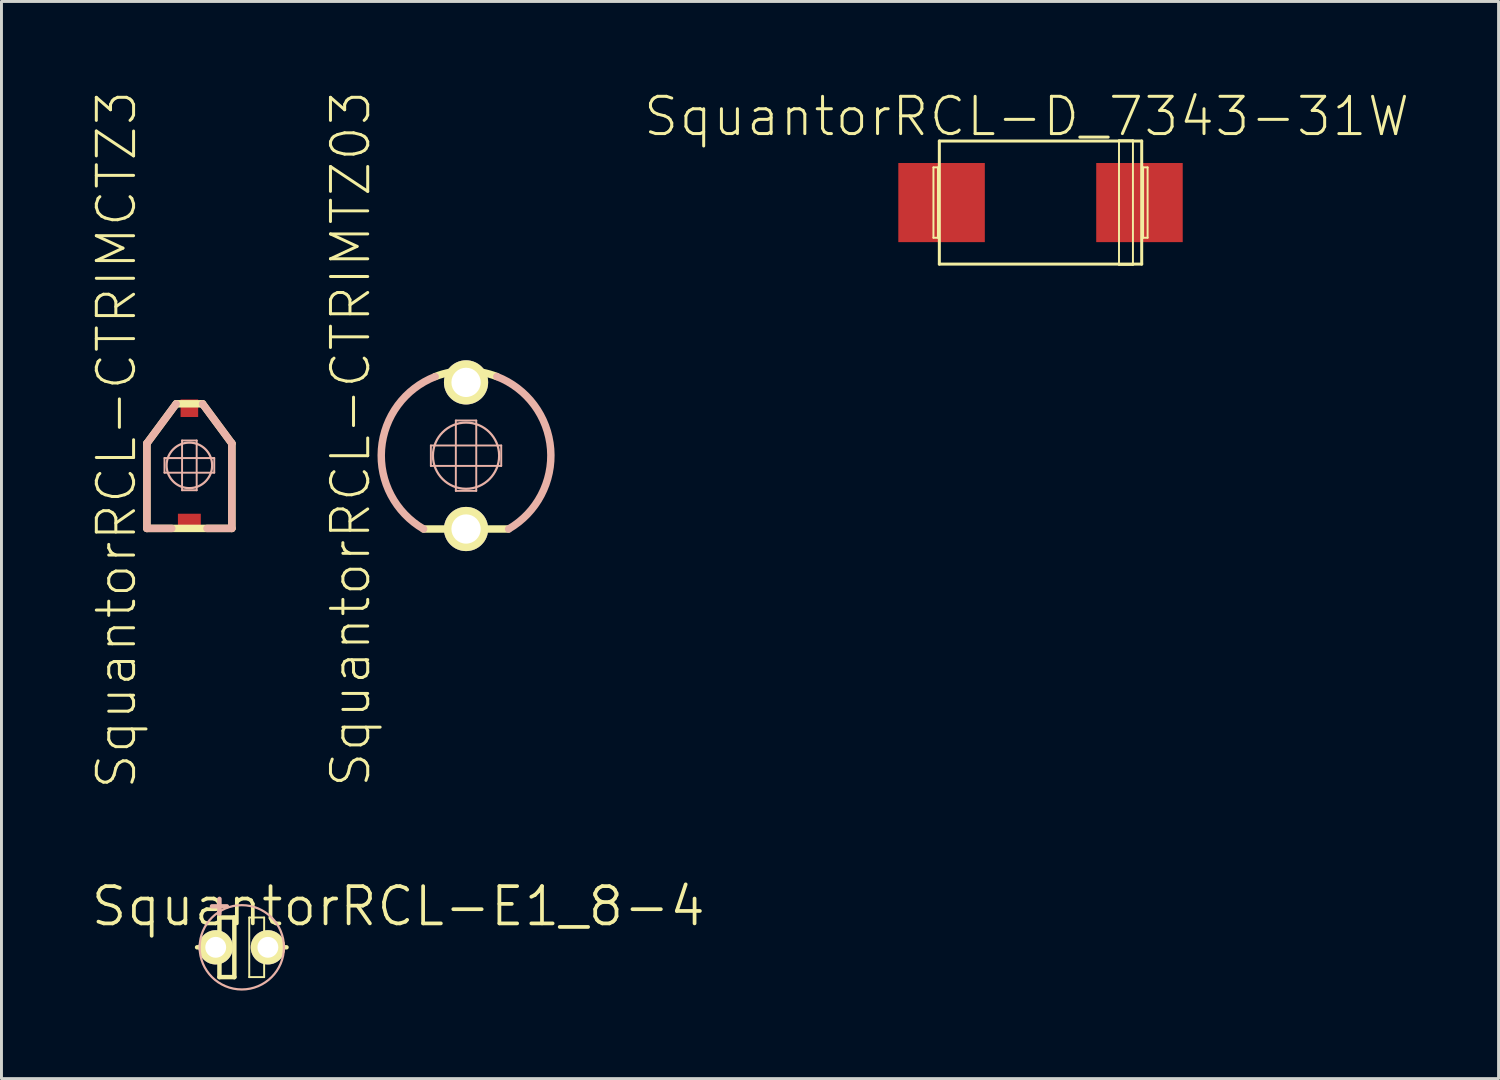
<source format=kicad_pcb>
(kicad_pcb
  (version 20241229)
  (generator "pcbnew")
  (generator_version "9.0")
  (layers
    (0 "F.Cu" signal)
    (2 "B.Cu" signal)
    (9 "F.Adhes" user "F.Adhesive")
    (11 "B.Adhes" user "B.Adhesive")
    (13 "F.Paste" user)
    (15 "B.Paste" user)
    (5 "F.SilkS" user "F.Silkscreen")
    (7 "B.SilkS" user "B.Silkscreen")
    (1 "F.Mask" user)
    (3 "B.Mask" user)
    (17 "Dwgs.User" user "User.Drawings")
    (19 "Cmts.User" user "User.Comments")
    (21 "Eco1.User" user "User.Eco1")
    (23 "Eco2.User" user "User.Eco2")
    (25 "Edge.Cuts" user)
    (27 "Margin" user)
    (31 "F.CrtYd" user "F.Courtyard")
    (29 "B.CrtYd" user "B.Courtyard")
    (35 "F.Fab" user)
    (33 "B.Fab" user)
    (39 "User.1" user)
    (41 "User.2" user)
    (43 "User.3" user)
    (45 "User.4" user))
  (footprint "SquantorRCL-D_7343-31W"
    (layer "F.Cu")
    (at 32.418 3.855)
    (property "Reference" "SquantorRCL-D_7343-31W" (at -0.475 -2.934 0) (layer "F.SilkS") (effects (font (size 1.27 1.27) (thickness 0.102))))
    (attr smd)
    (fp_line (start -3.65 -1.199) (end -3.498 -1.199) (stroke (width 0.066) (type solid)) (layer "F.SilkS"))
    (fp_line (start -3.65 1.199) (end -3.65 -1.199) (stroke (width 0.066) (type solid)) (layer "F.SilkS"))
    (fp_line (start -3.65 1.199) (end -3.498 1.199) (stroke (width 0.066) (type solid)) (layer "F.SilkS"))
    (fp_line (start -3.498 1.199) (end -3.498 -1.199) (stroke (width 0.066) (type solid)) (layer "F.SilkS"))
    (fp_line (start -3.449 -2.098) (end 3.449 -2.098) (stroke (width 0.102) (type solid)) (layer "F.SilkS"))
    (fp_line (start -3.449 2.098) (end -3.449 -2.098) (stroke (width 0.102) (type solid)) (layer "F.SilkS"))
    (fp_line (start 2.675 -2.123) (end 3.15 -2.123) (stroke (width 0.066) (type solid)) (layer "F.SilkS"))
    (fp_line (start 2.675 2.123) (end 2.675 -2.123) (stroke (width 0.066) (type solid)) (layer "F.SilkS"))
    (fp_line (start 2.675 2.123) (end 3.15 2.123) (stroke (width 0.066) (type solid)) (layer "F.SilkS"))
    (fp_line (start 3.15 2.123) (end 3.15 -2.123) (stroke (width 0.066) (type solid)) (layer "F.SilkS"))
    (fp_line (start 3.449 -2.098) (end 3.449 2.098) (stroke (width 0.102) (type solid)) (layer "F.SilkS"))
    (fp_line (start 3.449 2.098) (end -3.449 2.098) (stroke (width 0.102) (type solid)) (layer "F.SilkS"))
    (fp_line (start 3.498 -1.199) (end 3.65 -1.199) (stroke (width 0.066) (type solid)) (layer "F.SilkS"))
    (fp_line (start 3.498 1.199) (end 3.498 -1.199) (stroke (width 0.066) (type solid)) (layer "F.SilkS"))
    (fp_line (start 3.498 1.199) (end 3.65 1.199) (stroke (width 0.066) (type solid)) (layer "F.SilkS"))
    (fp_line (start 3.65 1.199) (end 3.65 -1.199) (stroke (width 0.066) (type solid)) (layer "F.SilkS"))
    (pad "+" smd rect (at 3.373 0) (size 2.949 2.697) (layers "F.Cu" "F.Mask" "F.Paste"))
    (pad "-" smd rect (at -3.373 0) (size 2.949 2.697) (layers "F.Cu" "F.Mask" "F.Paste")))
  (footprint "SquantorRCL-CTRIMCTZ3"
    (layer "F.Cu")
    (at 3.405 12.813)
    (property "Reference" "SquantorRCL-CTRIMCTZ3" (at -2.484 -0.874 90) (layer "F.SilkS") (effects (font (size 1.27 1.27) (thickness 0.102))))
    (attr smd)
    (fp_line (start -1.448 -0.749) (end -0.45 -2.098) (stroke (width 0.254) (type solid)) (layer "F.SilkS"))
    (fp_line (start -1.448 2.149) (end -1.448 -0.749) (stroke (width 0.254) (type solid)) (layer "F.SilkS"))
    (fp_line (start -0.45 -2.098) (end 0.45 -2.098) (stroke (width 0.254) (type solid)) (layer "F.SilkS"))
    (fp_line (start 0.45 -2.098) (end 1.448 -0.749) (stroke (width 0.254) (type solid)) (layer "F.SilkS"))
    (fp_line (start 1.448 -0.749) (end 1.448 2.149) (stroke (width 0.254) (type solid)) (layer "F.SilkS"))
    (fp_line (start 1.448 2.149) (end -1.448 2.149) (stroke (width 0.254) (type solid)) (layer "F.SilkS"))
    (fp_line (start -1.448 -0.749) (end -0.45 -2.098) (stroke (width 0.254) (type solid)) (layer "B.SilkS"))
    (fp_line (start -1.448 2.149) (end -1.448 -0.749) (stroke (width 0.254) (type solid)) (layer "B.SilkS"))
    (fp_line (start -0.848 -0.249) (end 0.848 -0.249) (stroke (width 0.066) (type solid)) (layer "B.SilkS"))
    (fp_line (start -0.848 0.249) (end -0.848 -0.249) (stroke (width 0.066) (type solid)) (layer "B.SilkS"))
    (fp_line (start -0.848 0.249) (end 0.848 0.249) (stroke (width 0.066) (type solid)) (layer "B.SilkS"))
    (fp_line (start -0.599 2.149) (end -1.448 2.149) (stroke (width 0.254) (type solid)) (layer "B.SilkS"))
    (fp_line (start -0.249 -0.848) (end 0.249 -0.848) (stroke (width 0.066) (type solid)) (layer "B.SilkS"))
    (fp_line (start -0.249 0.848) (end -0.249 -0.848) (stroke (width 0.066) (type solid)) (layer "B.SilkS"))
    (fp_line (start -0.249 0.848) (end 0.249 0.848) (stroke (width 0.066) (type solid)) (layer "B.SilkS"))
    (fp_line (start 0.249 0.848) (end 0.249 -0.848) (stroke (width 0.066) (type solid)) (layer "B.SilkS"))
    (fp_line (start 0.599 2.149) (end 1.448 2.149) (stroke (width 0.254) (type solid)) (layer "B.SilkS"))
    (fp_line (start 0.848 0.249) (end 0.848 -0.249) (stroke (width 0.066) (type solid)) (layer "B.SilkS"))
    (fp_line (start 1.448 -0.749) (end 0.45 -2.098) (stroke (width 0.254) (type solid)) (layer "B.SilkS"))
    (fp_line (start 1.448 2.149) (end 1.448 -0.749) (stroke (width 0.254) (type solid)) (layer "B.SilkS"))
    (fp_circle (center 0 0) (end -0.549 0.549) (stroke (width 0.076) (type solid)) (fill no) (layer "B.SilkS"))
    (pad "1" smd rect (at 0 -1.948) (size 0.599 0.599) (layers "F.Cu" "F.Mask" "F.Paste"))
    (pad "2" smd rect (at 0 1.948) (size 0.78 0.599) (layers "F.Cu" "F.Mask" "F.Paste")))
  (footprint "SquantorRCL-CTRIMTZ03"
    (layer "F.Cu")
    (at 12.836 12.483)
    (property "Reference" "SquantorRCL-CTRIMTZ03" (at -3.934 -0.574 90) (layer "F.SilkS") (effects (font (size 1.27 1.27) (thickness 0.102))))
    (attr exclude_from_pos_files exclude_from_bom)
    (fp_line (start 1.448 2.499) (end -1.448 2.499) (stroke (width 0.254) (type solid)) (layer "F.SilkS"))
    (fp_arc (start -1.04902 -2.69748) (mid -0.000026 -2.894277) (end 1.048972 -2.697499) (stroke (width 0.254) (type solid)) (layer "F.SilkS"))
    (fp_line (start -1.199 -0.348) (end 1.199 -0.348) (stroke (width 0.066) (type solid)) (layer "B.SilkS"))
    (fp_line (start -1.199 0.348) (end -1.199 -0.348) (stroke (width 0.066) (type solid)) (layer "B.SilkS"))
    (fp_line (start -1.199 0.348) (end 1.199 0.348) (stroke (width 0.066) (type solid)) (layer "B.SilkS"))
    (fp_line (start -0.348 -1.199) (end 0.348 -1.199) (stroke (width 0.066) (type solid)) (layer "B.SilkS"))
    (fp_line (start -0.348 1.199) (end -0.348 -1.199) (stroke (width 0.066) (type solid)) (layer "B.SilkS"))
    (fp_line (start -0.348 1.199) (end 0.348 1.199) (stroke (width 0.066) (type solid)) (layer "B.SilkS"))
    (fp_line (start 0.348 1.199) (end 0.348 -1.199) (stroke (width 0.066) (type solid)) (layer "B.SilkS"))
    (fp_line (start 1.199 0.348) (end 1.199 -0.348) (stroke (width 0.066) (type solid)) (layer "B.SilkS"))
    (fp_arc (start -1.4478 2.49936) (mid -2.882256 -0.222148) (end -1.052033 -2.69491) (stroke (width 0.254) (type solid)) (layer "B.SilkS"))
    (fp_arc (start 1.04902 -2.69748) (mid 2.883266 -0.225977) (end 1.451689 2.498609) (stroke (width 0.254) (type solid)) (layer "B.SilkS"))
    (fp_circle (center 0 0) (end -0.798 0.798) (stroke (width 0.076) (type solid)) (fill no) (layer "B.SilkS"))
    (pad "1" thru_hole circle (at 0 -2.499) (size 1.506 1.506) (drill 0.998) (layers "*.Cu" "F.Mask" "F.SilkS" "F.Paste"))
    (pad "2" thru_hole circle (at 0 2.499) (size 1.506 1.506) (drill 0.998) (layers "*.Cu" "F.Mask" "F.SilkS" "F.Paste")))
  (footprint "SquantorRCL-E1_8-4"
    (layer "F.Cu")
    (at 5.192 29.241)
    (property "Reference" "SquantorRCL-E1_8-4" (at 5.334 -1.397 0) (layer "F.SilkS") (effects (font (size 1.27 1.27) (thickness 0.127))))
    (attr exclude_from_pos_files exclude_from_bom)
    (fp_line (start -1.524 0) (end -0.762 0) (stroke (width 0.152) (type solid)) (layer "F.SilkS"))
    (fp_line (start -0.762 -1.016) (end -0.762 0) (stroke (width 0.152) (type solid)) (layer "F.SilkS"))
    (fp_line (start -0.762 0) (end -0.762 1.016) (stroke (width 0.152) (type solid)) (layer "F.SilkS"))
    (fp_line (start -0.762 1.016) (end -0.254 1.016) (stroke (width 0.152) (type solid)) (layer "F.SilkS"))
    (fp_line (start -0.254 -1.016) (end -0.762 -1.016) (stroke (width 0.152) (type solid)) (layer "F.SilkS"))
    (fp_line (start -0.254 1.016) (end -0.254 -1.016) (stroke (width 0.152) (type solid)) (layer "F.SilkS"))
    (fp_line (start 0.254 -1.016) (end 0.762 -1.016) (stroke (width 0.066) (type solid)) (layer "F.SilkS"))
    (fp_line (start 0.254 1.016) (end 0.254 -1.016) (stroke (width 0.066) (type solid)) (layer "F.SilkS"))
    (fp_line (start 0.254 1.016) (end 0.762 1.016) (stroke (width 0.066) (type solid)) (layer "F.SilkS"))
    (fp_line (start 0.635 0) (end 1.524 0) (stroke (width 0.152) (type solid)) (layer "F.SilkS"))
    (fp_line (start 0.762 1.016) (end 0.762 -1.016) (stroke (width 0.066) (type solid)) (layer "F.SilkS"))
    (fp_line (start -1.016 -1.397) (end -0.508 -1.397) (stroke (width 0.152) (type solid)) (layer "B.SilkS"))
    (fp_line (start -0.762 -1.143) (end -0.762 -1.651) (stroke (width 0.152) (type solid)) (layer "B.SilkS"))
    (fp_circle (center 0 0) (end -1.016 1.016) (stroke (width 0.076) (type solid)) (fill no) (layer "B.SilkS"))
    (pad "+" thru_hole circle (at -0.889 0) (size 1.168 1.168) (drill 0.711) (layers "*.Cu" "F.Mask" "F.SilkS" "F.Paste"))
    (pad "-" thru_hole circle (at 0.889 0) (size 1.168 1.168) (drill 0.711) (layers "*.Cu" "F.Mask" "F.SilkS" "F.Paste")))
  (gr_rect
    (start -3 -3)
    (end 48.031 33.716)
    (stroke (width 0.1) (type default))
    (fill no)
    (layer "Edge.Cuts")))
</source>
